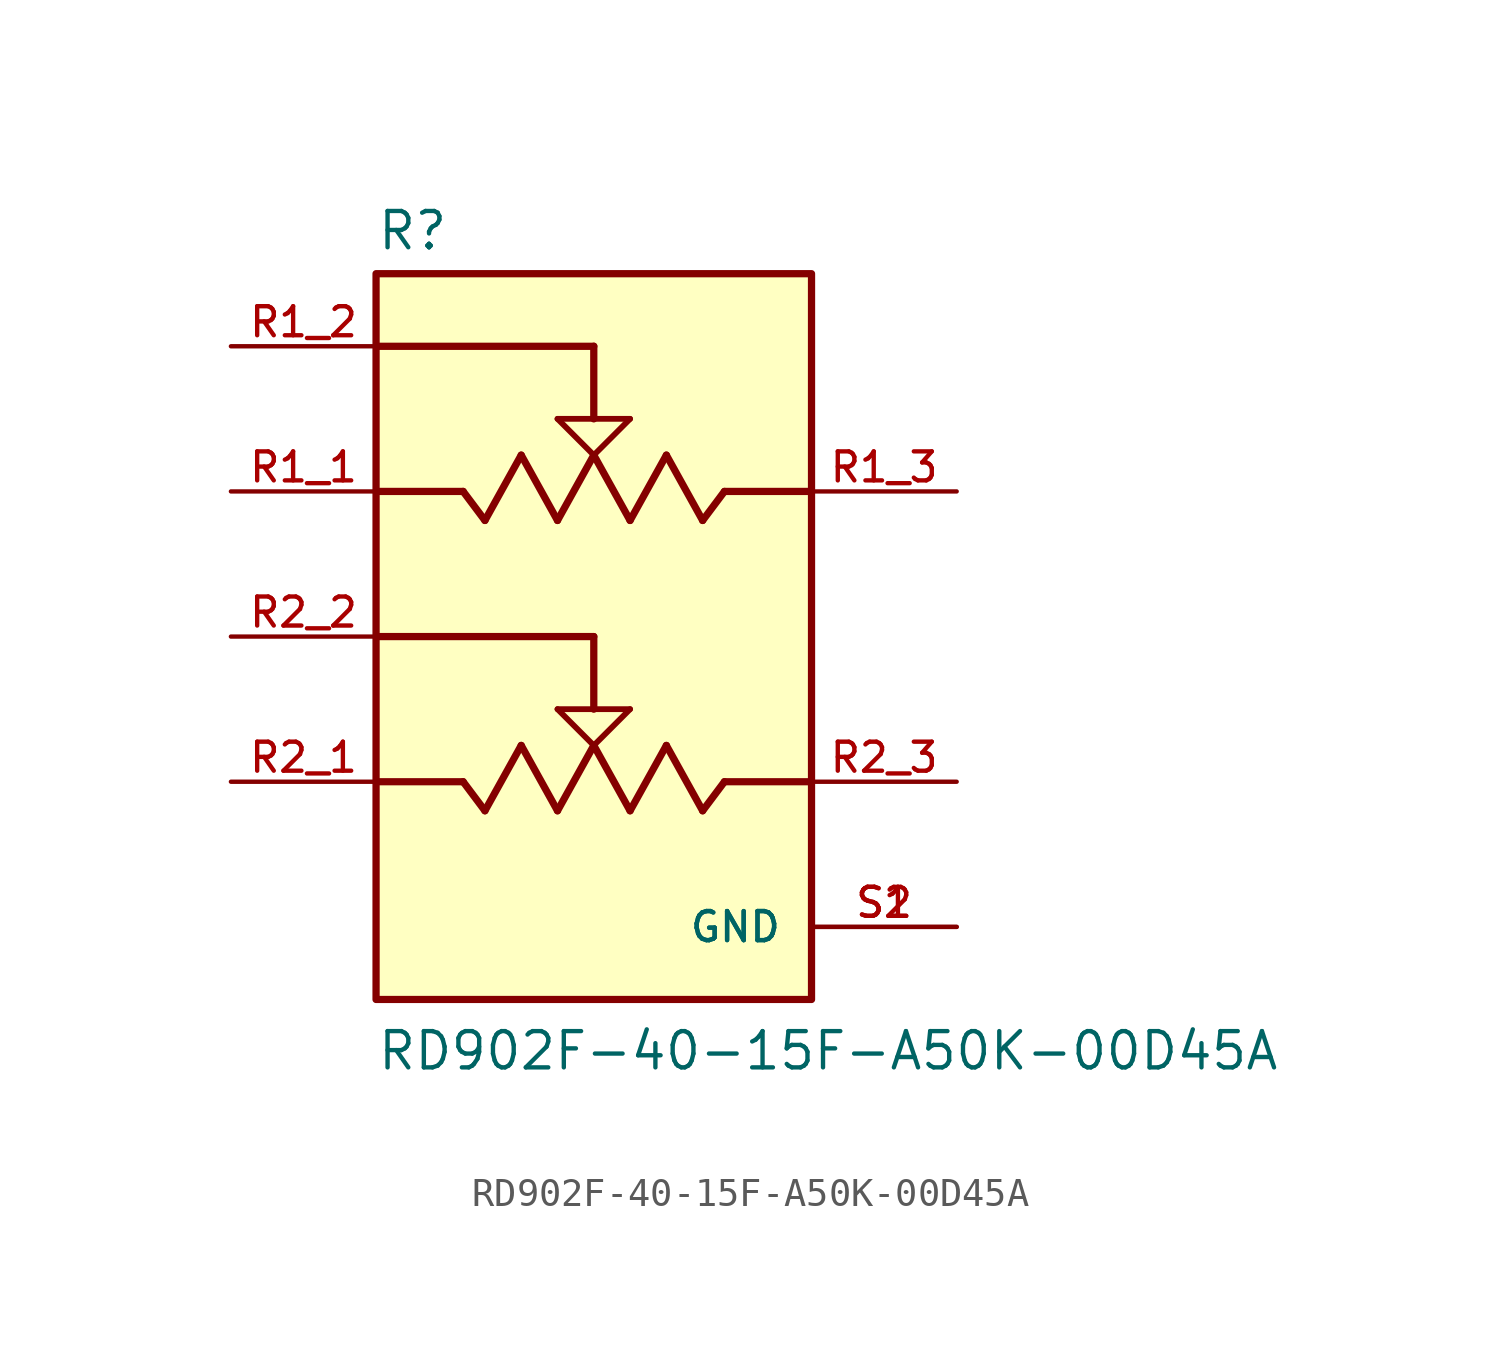
<source format=kicad_sym>
(kicad_symbol_lib
  (version 20231120)
  (generator "kicad_symbol_editor")
  (generator_version "8.0")
  (symbol "RD902F-40-15F-A50K-00D45A"
    (pin_names
      (offset 1.016))
    (property "Reference" "R"
      (at -7.62 13.462 0)
      (effects (font (size 1.27 1.27)) (justify left bottom)))
    (property "Value" "RD902F-40-15F-A50K-00D45A"
      (at -7.62 -15.24 0)
      (effects (font (size 1.27 1.27)) (justify left bottom)))
    (symbol "RD902F-40-15F-A50K-00D45A_0_0"
      (rectangle (start -7.62 -12.7) (end 7.62 12.7) (stroke (width 0.254) (type default)) (fill (type background)))
      (polyline (pts (xy -7.62 -5.08) (xy -4.572 -5.08)) (stroke (width 0.254) (type default)) (fill (type none)))
      (polyline (pts (xy -7.62 0) (xy 0 0)) (stroke (width 0.254) (type default)) (fill (type none)))
      (polyline (pts (xy -7.62 5.08) (xy -4.572 5.08)) (stroke (width 0.254) (type default)) (fill (type none)))
      (polyline (pts (xy -7.62 10.16) (xy 0 10.16)) (stroke (width 0.254) (type default)) (fill (type none)))
      (polyline (pts (xy -3.81 -6.096) (xy -4.572 -5.08)) (stroke (width 0.254) (type default)) (fill (type none)))
      (polyline (pts (xy -3.81 4.064) (xy -4.572 5.08)) (stroke (width 0.254) (type default)) (fill (type none)))
      (polyline (pts (xy -2.54 -3.81) (xy -3.81 -6.096)) (stroke (width 0.254) (type default)) (fill (type none)))
      (polyline (pts (xy -2.54 6.35) (xy -3.81 4.064)) (stroke (width 0.254) (type default)) (fill (type none)))
      (polyline (pts (xy -1.27 -6.096) (xy -2.54 -3.81)) (stroke (width 0.254) (type default)) (fill (type none)))
      (polyline (pts (xy -1.27 -2.54) (xy 0 -2.54)) (stroke (width 0.203) (type default)) (fill (type none)))
      (polyline (pts (xy -1.27 4.064) (xy -2.54 6.35)) (stroke (width 0.254) (type default)) (fill (type none)))
      (polyline (pts (xy -1.27 7.62) (xy 0 7.62)) (stroke (width 0.203) (type default)) (fill (type none)))
      (polyline (pts (xy 0 -3.81) (xy -1.27 -6.096)) (stroke (width 0.254) (type default)) (fill (type none)))
      (polyline (pts (xy 0 -3.81) (xy -1.27 -2.54)) (stroke (width 0.203) (type default)) (fill (type none)))
      (polyline (pts (xy 0 -2.54) (xy 1.27 -2.54)) (stroke (width 0.203) (type default)) (fill (type none)))
      (polyline (pts (xy 0 0) (xy 0 -2.54)) (stroke (width 0.254) (type default)) (fill (type none)))
      (polyline (pts (xy 0 6.35) (xy -1.27 4.064)) (stroke (width 0.254) (type default)) (fill (type none)))
      (polyline (pts (xy 0 6.35) (xy -1.27 7.62)) (stroke (width 0.203) (type default)) (fill (type none)))
      (polyline (pts (xy 0 7.62) (xy 1.27 7.62)) (stroke (width 0.203) (type default)) (fill (type none)))
      (polyline (pts (xy 0 10.16) (xy 0 7.62)) (stroke (width 0.254) (type default)) (fill (type none)))
      (polyline (pts (xy 1.27 -6.096) (xy 0 -3.81)) (stroke (width 0.254) (type default)) (fill (type none)))
      (polyline (pts (xy 1.27 -2.54) (xy 0 -3.81)) (stroke (width 0.203) (type default)) (fill (type none)))
      (polyline (pts (xy 1.27 4.064) (xy 0 6.35)) (stroke (width 0.254) (type default)) (fill (type none)))
      (polyline (pts (xy 1.27 7.62) (xy 0 6.35)) (stroke (width 0.203) (type default)) (fill (type none)))
      (polyline (pts (xy 2.54 -3.81) (xy 1.27 -6.096)) (stroke (width 0.254) (type default)) (fill (type none)))
      (polyline (pts (xy 2.54 6.35) (xy 1.27 4.064)) (stroke (width 0.254) (type default)) (fill (type none)))
      (polyline (pts (xy 3.81 -6.096) (xy 2.54 -3.81)) (stroke (width 0.254) (type default)) (fill (type none)))
      (polyline (pts (xy 3.81 4.064) (xy 2.54 6.35)) (stroke (width 0.254) (type default)) (fill (type none)))
      (polyline (pts (xy 4.572 -5.08) (xy 3.81 -6.096)) (stroke (width 0.254) (type default)) (fill (type none)))
      (polyline (pts (xy 4.572 -5.08) (xy 7.62 -5.08)) (stroke (width 0.254) (type default)) (fill (type none)))
      (polyline (pts (xy 4.572 5.08) (xy 3.81 4.064)) (stroke (width 0.254) (type default)) (fill (type none)))
      (polyline (pts (xy 4.572 5.08) (xy 7.62 5.08)) (stroke (width 0.254) (type default)) (fill (type none)))
      (pin passive line (at -12.7 5.08 0) (length 5.08) (name "~" (effects (font (size 1.016 1.016)))) (number "R1_1" (effects (font (size 1.016 1.016)))))
      (pin passive line (at -12.7 10.16 0) (length 5.08) (name "~" (effects (font (size 1.016 1.016)))) (number "R1_2" (effects (font (size 1.016 1.016)))))
      (pin passive line (at 12.7 5.08 180) (length 5.08) (name "~" (effects (font (size 1.016 1.016)))) (number "R1_3" (effects (font (size 1.016 1.016)))))
      (pin passive line (at -12.7 -5.08 0) (length 5.08) (name "~" (effects (font (size 1.016 1.016)))) (number "R2_1" (effects (font (size 1.016 1.016)))))
      (pin passive line (at -12.7 0 0) (length 5.08) (name "~" (effects (font (size 1.016 1.016)))) (number "R2_2" (effects (font (size 1.016 1.016)))))
      (pin passive line (at 12.7 -5.08 180) (length 5.08) (name "~" (effects (font (size 1.016 1.016)))) (number "R2_3" (effects (font (size 1.016 1.016)))))
      (pin power_in line (at 12.7 -10.16 180) (length 5.08) (name "GND" (effects (font (size 1.016 1.016)))) (number "S1" (effects (font (size 1.016 1.016)))))
      (pin power_in line (at 12.7 -10.16 180) (length 5.08) (name "GND" (effects (font (size 1.016 1.016)))) (number "S2" (effects (font (size 1.016 1.016))))))))
</source>
